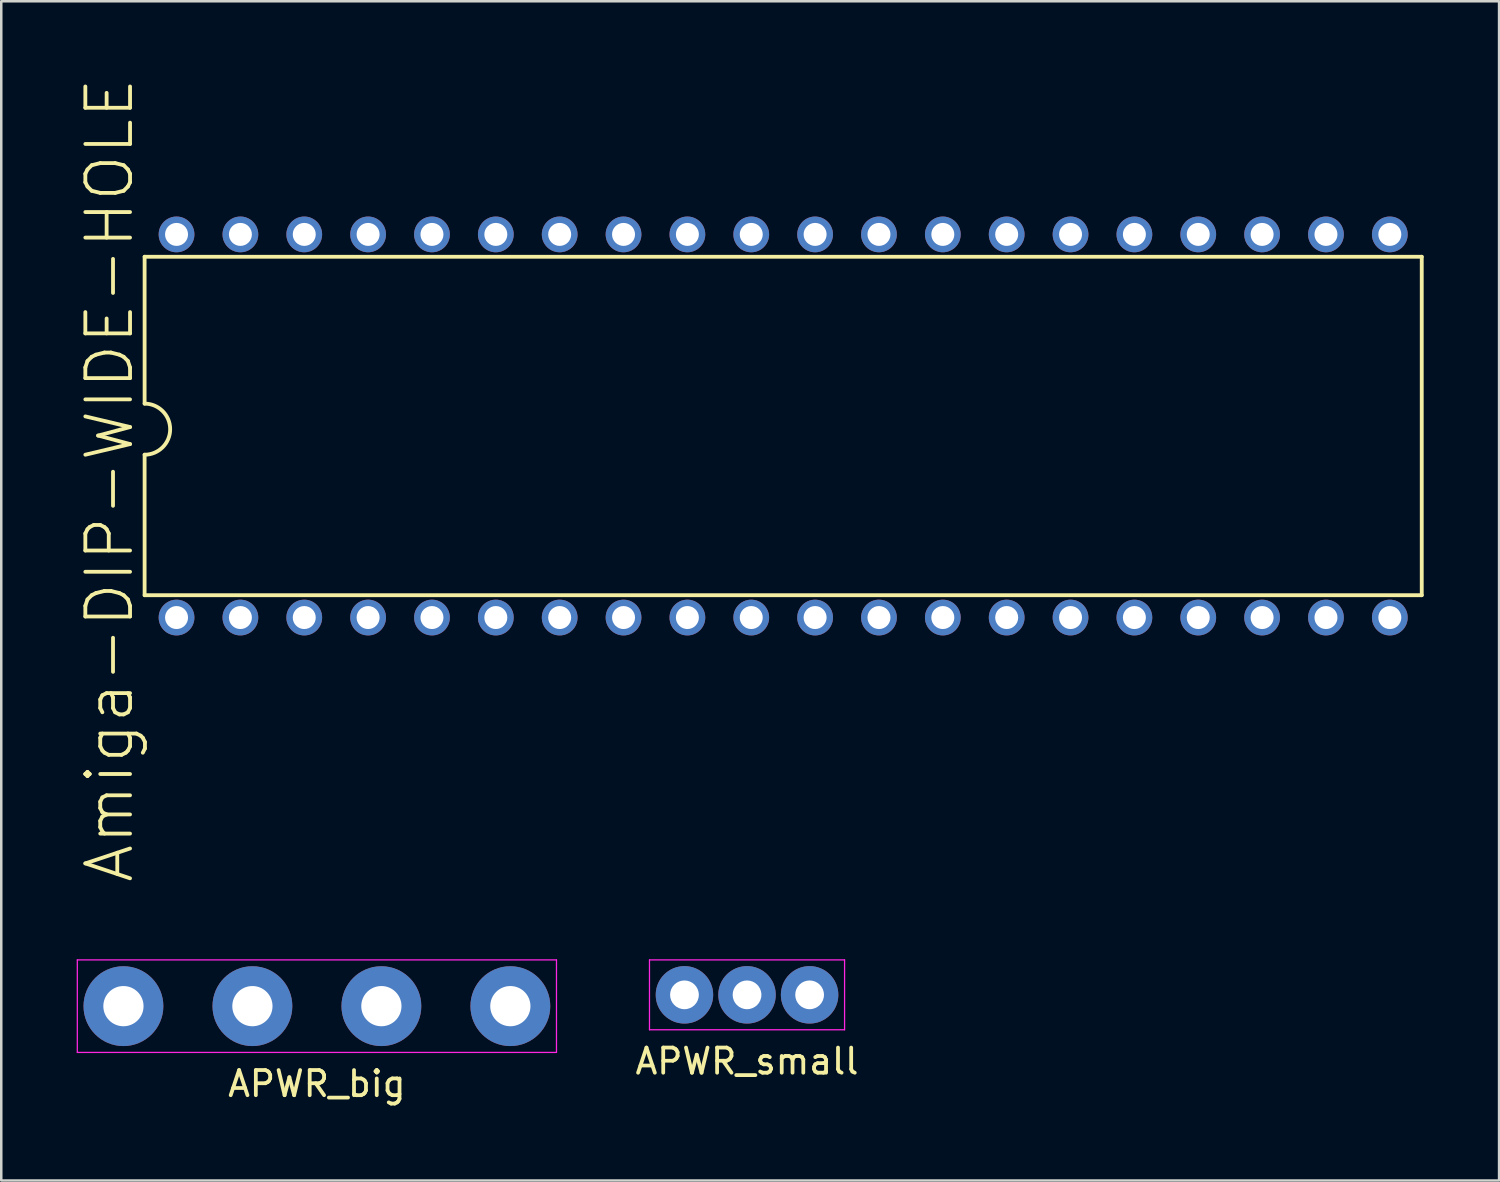
<source format=kicad_pcb>
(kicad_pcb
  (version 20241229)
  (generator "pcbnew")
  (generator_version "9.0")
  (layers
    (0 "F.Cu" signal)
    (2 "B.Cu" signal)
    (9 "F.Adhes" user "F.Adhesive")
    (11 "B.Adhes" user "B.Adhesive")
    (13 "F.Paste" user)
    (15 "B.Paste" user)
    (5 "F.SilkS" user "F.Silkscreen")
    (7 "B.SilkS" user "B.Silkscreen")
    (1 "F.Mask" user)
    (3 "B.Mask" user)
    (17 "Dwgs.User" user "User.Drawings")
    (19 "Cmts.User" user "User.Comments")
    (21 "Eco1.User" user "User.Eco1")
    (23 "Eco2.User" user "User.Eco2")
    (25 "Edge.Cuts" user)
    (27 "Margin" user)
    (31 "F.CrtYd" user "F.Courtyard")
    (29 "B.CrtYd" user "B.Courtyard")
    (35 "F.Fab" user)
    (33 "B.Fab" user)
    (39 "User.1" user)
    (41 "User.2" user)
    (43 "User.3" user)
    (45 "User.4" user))
  (footprint "APWR_big"
    (layer "F.Cu")
    (at 9.555 36.971)
    (property "Reference" "APWR_big" (at 0 3.087 0) (layer "F.SilkS") (effects (font (size 1 1) (thickness 0.15))))
    (attr through_hole)
    (fp_line (start -9.53 -1.84) (end 9.53 -1.84) (stroke (width 0.05) (type solid)) (layer "F.CrtYd"))
    (fp_line (start -9.53 1.84) (end -9.53 -1.84) (stroke (width 0.05) (type solid)) (layer "F.CrtYd"))
    (fp_line (start 9.53 -1.84) (end 9.53 1.84) (stroke (width 0.05) (type solid)) (layer "F.CrtYd"))
    (fp_line (start 9.53 1.84) (end -9.53 1.84) (stroke (width 0.05) (type solid)) (layer "F.CrtYd"))
    (pad "1" thru_hole circle (at -7.695 0) (size 3.175 3.175) (drill 1.6) (layers "*.Cu" "*.Mask"))
    (pad "2" thru_hole circle (at -2.565 0) (size 3.175 3.175) (drill 1.6) (layers "*.Cu" "*.Mask"))
    (pad "3" thru_hole circle (at 2.565 0) (size 3.175 3.175) (drill 1.6) (layers "*.Cu" "*.Mask"))
    (pad "4" thru_hole circle (at 7.695 0) (size 3.175 3.175) (drill 1.6) (layers "*.Cu" "*.Mask")))
  (footprint "Amiga-DIP-WIDE-HOLE"
    (layer "F.Cu")
    (at 26.832 13.894)
    (property "Reference" "Amiga-DIP-WIDE-HOLE" (at -25.524 2.159 90) (layer "F.SilkS") (effects (font (size 1.778 1.778) (thickness 0.152))))
    (attr exclude_from_pos_files exclude_from_bom)
    (fp_line (start -24.13 -6.731) (end -24.13 -0.889) (stroke (width 0.152) (type solid)) (layer "F.SilkS"))
    (fp_line (start -24.13 6.731) (end -24.13 1.143) (stroke (width 0.152) (type solid)) (layer "F.SilkS"))
    (fp_line (start -24.13 6.731) (end 26.67 6.731) (stroke (width 0.152) (type solid)) (layer "F.SilkS"))
    (fp_line (start 26.67 -6.731) (end -24.13 -6.731) (stroke (width 0.152) (type solid)) (layer "F.SilkS"))
    (fp_line (start 26.67 -6.731) (end 26.67 6.731) (stroke (width 0.152) (type solid)) (layer "F.SilkS"))
    (fp_arc (start -24.13 -0.889) (mid -23.114 0.127) (end -24.13 1.143) (stroke (width 0.1524) (type solid)) (layer "F.SilkS"))
    (pad "1" thru_hole circle (at -22.86 7.62) (size 1.422 1.422) (drill 0.914) (layers "*.Cu" "*.Paste" "*.Mask"))
    (pad "2" thru_hole circle (at -20.32 7.62) (size 1.422 1.422) (drill 0.914) (layers "*.Cu" "*.Paste" "*.Mask"))
    (pad "3" thru_hole circle (at -17.78 7.62) (size 1.422 1.422) (drill 0.914) (layers "*.Cu" "*.Paste" "*.Mask"))
    (pad "4" thru_hole circle (at -15.24 7.62) (size 1.422 1.422) (drill 0.914) (layers "*.Cu" "*.Paste" "*.Mask"))
    (pad "5" thru_hole circle (at -12.7 7.62) (size 1.422 1.422) (drill 0.914) (layers "*.Cu" "*.Paste" "*.Mask"))
    (pad "6" thru_hole circle (at -10.16 7.62) (size 1.422 1.422) (drill 0.914) (layers "*.Cu" "*.Paste" "*.Mask"))
    (pad "7" thru_hole circle (at -7.62 7.62) (size 1.422 1.422) (drill 0.914) (layers "*.Cu" "*.Paste" "*.Mask"))
    (pad "8" thru_hole circle (at -5.08 7.62) (size 1.422 1.422) (drill 0.914) (layers "*.Cu" "*.Paste" "*.Mask"))
    (pad "9" thru_hole circle (at -2.54 7.62) (size 1.422 1.422) (drill 0.914) (layers "*.Cu" "*.Paste" "*.Mask"))
    (pad "10" thru_hole circle (at 0 7.62) (size 1.422 1.422) (drill 0.914) (layers "*.Cu" "*.Paste" "*.Mask"))
    (pad "11" thru_hole circle (at 2.54 7.62) (size 1.422 1.422) (drill 0.914) (layers "*.Cu" "*.Paste" "*.Mask"))
    (pad "12" thru_hole circle (at 5.08 7.62) (size 1.422 1.422) (drill 0.914) (layers "*.Cu" "*.Paste" "*.Mask"))
    (pad "13" thru_hole circle (at 7.62 7.62) (size 1.422 1.422) (drill 0.914) (layers "*.Cu" "*.Paste" "*.Mask"))
    (pad "14" thru_hole circle (at 10.16 7.62) (size 1.422 1.422) (drill 0.914) (layers "*.Cu" "*.Paste" "*.Mask"))
    (pad "15" thru_hole circle (at 12.7 7.62) (size 1.422 1.422) (drill 0.914) (layers "*.Cu" "*.Paste" "*.Mask"))
    (pad "16" thru_hole circle (at 15.24 7.62) (size 1.422 1.422) (drill 0.914) (layers "*.Cu" "*.Paste" "*.Mask"))
    (pad "17" thru_hole circle (at 17.78 7.62) (size 1.422 1.422) (drill 0.914) (layers "*.Cu" "*.Paste" "*.Mask"))
    (pad "18" thru_hole circle (at 20.32 7.62) (size 1.422 1.422) (drill 0.914) (layers "*.Cu" "*.Paste" "*.Mask"))
    (pad "19" thru_hole circle (at 22.86 7.62) (size 1.422 1.422) (drill 0.914) (layers "*.Cu" "*.Paste" "*.Mask"))
    (pad "20" thru_hole circle (at 25.4 7.62) (size 1.422 1.422) (drill 0.914) (layers "*.Cu" "*.Paste" "*.Mask"))
    (pad "21" thru_hole circle (at 25.4 -7.62) (size 1.422 1.422) (drill 0.914) (layers "*.Cu" "*.Paste" "*.Mask"))
    (pad "22" thru_hole circle (at 22.86 -7.62) (size 1.422 1.422) (drill 0.914) (layers "*.Cu" "*.Paste" "*.Mask"))
    (pad "23" thru_hole circle (at 20.32 -7.62) (size 1.422 1.422) (drill 0.914) (layers "*.Cu" "*.Paste" "*.Mask"))
    (pad "24" thru_hole circle (at 17.78 -7.62) (size 1.422 1.422) (drill 0.914) (layers "*.Cu" "*.Paste" "*.Mask"))
    (pad "25" thru_hole circle (at 15.24 -7.62) (size 1.422 1.422) (drill 0.914) (layers "*.Cu" "*.Paste" "*.Mask"))
    (pad "26" thru_hole circle (at 12.7 -7.62) (size 1.422 1.422) (drill 0.914) (layers "*.Cu" "*.Paste" "*.Mask"))
    (pad "27" thru_hole circle (at 10.16 -7.62) (size 1.422 1.422) (drill 0.914) (layers "*.Cu" "*.Paste" "*.Mask"))
    (pad "28" thru_hole circle (at 7.62 -7.62) (size 1.422 1.422) (drill 0.914) (layers "*.Cu" "*.Paste" "*.Mask"))
    (pad "29" thru_hole circle (at 5.08 -7.62) (size 1.422 1.422) (drill 0.914) (layers "*.Cu" "*.Paste" "*.Mask"))
    (pad "30" thru_hole circle (at 2.54 -7.62) (size 1.422 1.422) (drill 0.914) (layers "*.Cu" "*.Paste" "*.Mask"))
    (pad "31" thru_hole circle (at 0 -7.62) (size 1.422 1.422) (drill 0.914) (layers "*.Cu" "*.Paste" "*.Mask"))
    (pad "32" thru_hole circle (at -2.54 -7.62) (size 1.422 1.422) (drill 0.914) (layers "*.Cu" "*.Paste" "*.Mask"))
    (pad "33" thru_hole circle (at -5.08 -7.62) (size 1.422 1.422) (drill 0.914) (layers "*.Cu" "*.Paste" "*.Mask"))
    (pad "34" thru_hole circle (at -7.62 -7.62) (size 1.422 1.422) (drill 0.914) (layers "*.Cu" "*.Paste" "*.Mask"))
    (pad "35" thru_hole circle (at -10.16 -7.62) (size 1.422 1.422) (drill 0.914) (layers "*.Cu" "*.Paste" "*.Mask"))
    (pad "36" thru_hole circle (at -12.7 -7.62) (size 1.422 1.422) (drill 0.914) (layers "*.Cu" "*.Paste" "*.Mask"))
    (pad "37" thru_hole circle (at -15.24 -7.62) (size 1.422 1.422) (drill 0.914) (layers "*.Cu" "*.Paste" "*.Mask"))
    (pad "38" thru_hole circle (at -17.78 -7.62) (size 1.422 1.422) (drill 0.914) (layers "*.Cu" "*.Paste" "*.Mask"))
    (pad "39" thru_hole circle (at -20.32 -7.62) (size 1.422 1.422) (drill 0.914) (layers "*.Cu" "*.Paste" "*.Mask"))
    (pad "40" thru_hole circle (at -22.86 -7.62) (size 1.422 1.422) (drill 0.914) (layers "*.Cu" "*.Paste" "*.Mask")))
  (footprint "APWR_small"
    (layer "F.Cu")
    (at 26.664 36.521)
    (property "Reference" "APWR_small" (at 0 2.643 0) (layer "F.SilkS") (effects (font (size 1 1) (thickness 0.15))))
    (attr through_hole)
    (fp_line (start -3.88 -1.39) (end 3.88 -1.39) (stroke (width 0.05) (type solid)) (layer "F.CrtYd"))
    (fp_line (start -3.88 1.39) (end -3.88 -1.39) (stroke (width 0.05) (type solid)) (layer "F.CrtYd"))
    (fp_line (start 3.88 -1.39) (end 3.88 1.39) (stroke (width 0.05) (type solid)) (layer "F.CrtYd"))
    (fp_line (start 3.88 1.39) (end -3.88 1.39) (stroke (width 0.05) (type solid)) (layer "F.CrtYd"))
    (pad "1" thru_hole circle (at -2.489 0) (size 2.286 2.286) (drill 1.143) (layers "*.Cu" "*.Mask"))
    (pad "2" thru_hole circle (at 0 0) (size 2.286 2.286) (drill 1.143) (layers "*.Cu" "*.Mask"))
    (pad "3" thru_hole circle (at 2.489 0) (size 2.286 2.286) (drill 1.143) (layers "*.Cu" "*.Mask")))
  (gr_rect
    (start -3 -3)
    (end 56.578 43.906)
    (stroke (width 0.1) (type default))
    (fill no)
    (layer "Edge.Cuts")))
</source>
